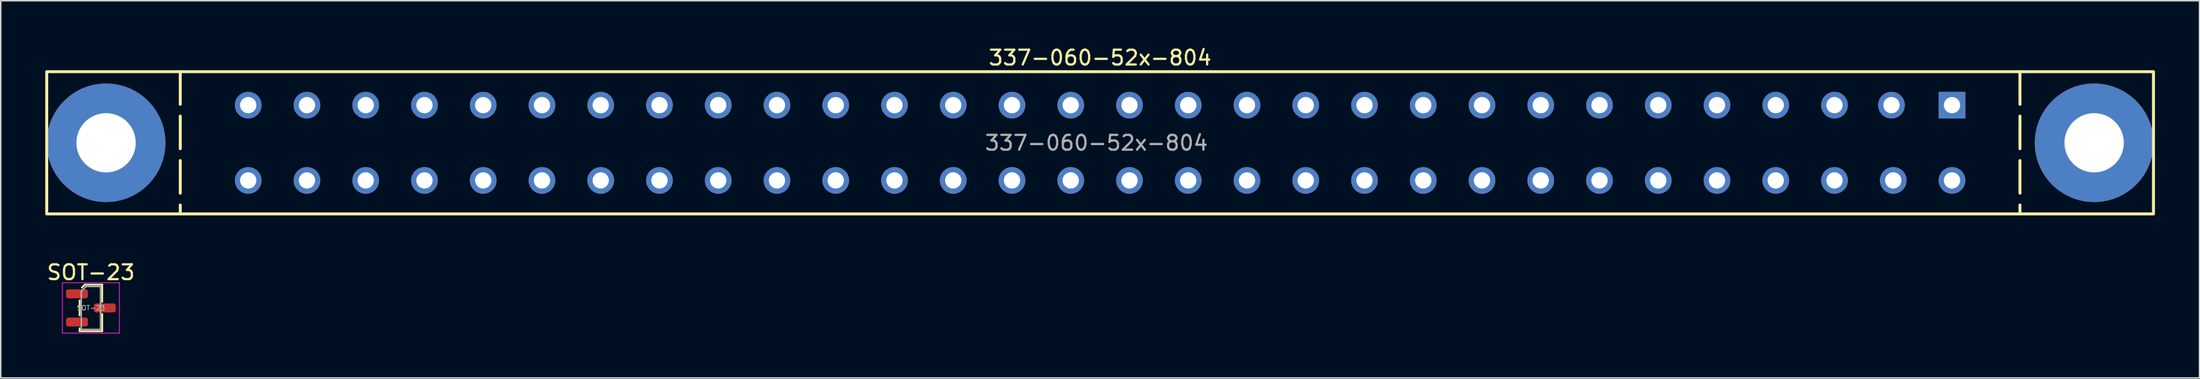
<source format=kicad_pcb>
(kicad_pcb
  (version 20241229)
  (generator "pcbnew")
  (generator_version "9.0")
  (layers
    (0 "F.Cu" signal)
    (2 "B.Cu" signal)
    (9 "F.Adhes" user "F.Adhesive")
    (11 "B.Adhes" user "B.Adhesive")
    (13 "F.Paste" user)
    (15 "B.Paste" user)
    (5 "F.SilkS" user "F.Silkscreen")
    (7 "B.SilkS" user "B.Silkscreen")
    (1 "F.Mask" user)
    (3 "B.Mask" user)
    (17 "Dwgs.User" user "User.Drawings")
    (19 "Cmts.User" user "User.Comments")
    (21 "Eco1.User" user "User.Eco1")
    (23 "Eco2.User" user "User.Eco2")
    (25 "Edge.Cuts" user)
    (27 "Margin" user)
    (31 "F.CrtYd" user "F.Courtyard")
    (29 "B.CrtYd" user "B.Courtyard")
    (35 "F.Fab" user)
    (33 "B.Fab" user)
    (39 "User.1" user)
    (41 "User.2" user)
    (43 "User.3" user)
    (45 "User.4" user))
  (footprint "337-060-52x-804"
    (layer "F.Cu")
    (at 71.1 6.588)
    (property "Reference" "337-060-52x-804" (at 0 -5.74 0) (unlocked yes) (layer "F.SilkS") (effects (font (size 1 1) (thickness 0.15))))
    (attr through_hole)
    (fp_line (start -62 -4.8) (end -62 4.8) (stroke (width 0.2) (type dash)) (layer "F.SilkS"))
    (fp_line (start 62 -4.8) (end 62 4.8) (stroke (width 0.2) (type dash)) (layer "F.SilkS"))
    (fp_rect (start -71 -4.8) (end 71 4.8) (stroke (width 0.2) (type solid)) (fill no) (layer "F.SilkS"))
    (fp_text user "${REFERENCE}" (at -0.25 0.01 0) (unlocked yes) (layer "F.Fab") (effects (font (size 1 1) (thickness 0.15))))
    (pad "1" thru_hole rect (at 57.42 -2.54) (size 1.8 1.8) (drill 1.1) (layers "*.Cu" "*.Mask"))
    (pad "2" thru_hole circle (at 53.34 -2.54) (size 1.8 1.8) (drill 1.1) (layers "*.Cu" "*.Mask") (remove_unused_layers yes) (keep_end_layers yes) (zone_layer_connections))
    (pad "3" thru_hole circle (at 49.5 -2.54) (size 1.8 1.8) (drill 1.1) (layers "*.Cu" "*.Mask") (remove_unused_layers yes) (keep_end_layers yes) (zone_layer_connections))
    (pad "4" thru_hole circle (at 45.54 -2.54) (size 1.8 1.8) (drill 1.1) (layers "*.Cu" "*.Mask") (remove_unused_layers yes) (keep_end_layers yes) (zone_layer_connections))
    (pad "5" thru_hole circle (at 41.58 -2.54) (size 1.8 1.8) (drill 1.1) (layers "*.Cu" "*.Mask") (remove_unused_layers yes) (keep_end_layers yes) (zone_layer_connections))
    (pad "6" thru_hole circle (at 37.62 -2.54) (size 1.8 1.8) (drill 1.1) (layers "*.Cu" "*.Mask") (remove_unused_layers yes) (keep_end_layers yes) (zone_layer_connections))
    (pad "7" thru_hole circle (at 33.66 -2.54) (size 1.8 1.8) (drill 1.1) (layers "*.Cu" "*.Mask") (remove_unused_layers yes) (keep_end_layers yes) (zone_layer_connections))
    (pad "8" thru_hole circle (at 29.7 -2.54) (size 1.8 1.8) (drill 1.1) (layers "*.Cu" "*.Mask") (remove_unused_layers yes) (keep_end_layers yes) (zone_layer_connections))
    (pad "9" thru_hole circle (at 25.74 -2.54) (size 1.8 1.8) (drill 1.1) (layers "*.Cu" "*.Mask") (remove_unused_layers yes) (keep_end_layers yes) (zone_layer_connections))
    (pad "10" thru_hole circle (at 21.78 -2.54) (size 1.8 1.8) (drill 1.1) (layers "*.Cu" "*.Mask") (remove_unused_layers yes) (keep_end_layers yes) (zone_layer_connections))
    (pad "11" thru_hole circle (at 17.82 -2.54) (size 1.8 1.8) (drill 1.1) (layers "*.Cu" "*.Mask") (remove_unused_layers yes) (keep_end_layers yes) (zone_layer_connections))
    (pad "12" thru_hole circle (at 13.86 -2.54) (size 1.8 1.8) (drill 1.1) (layers "*.Cu" "*.Mask") (remove_unused_layers yes) (keep_end_layers yes) (zone_layer_connections))
    (pad "13" thru_hole circle (at 9.9 -2.54) (size 1.8 1.8) (drill 1.1) (layers "*.Cu" "*.Mask") (remove_unused_layers yes) (keep_end_layers yes) (zone_layer_connections))
    (pad "14" thru_hole circle (at 5.94 -2.54) (size 1.8 1.8) (drill 1.1) (layers "*.Cu" "*.Mask") (remove_unused_layers yes) (keep_end_layers yes) (zone_layer_connections))
    (pad "15" thru_hole circle (at 1.98 -2.54) (size 1.8 1.8) (drill 1.1) (layers "*.Cu" "*.Mask") (remove_unused_layers yes) (keep_end_layers yes) (zone_layer_connections))
    (pad "16" thru_hole circle (at -1.98 -2.54) (size 1.8 1.8) (drill 1.1) (layers "*.Cu" "*.Mask") (remove_unused_layers yes) (keep_end_layers yes) (zone_layer_connections))
    (pad "17" thru_hole circle (at -5.94 -2.54) (size 1.8 1.8) (drill 1.1) (layers "*.Cu" "*.Mask") (remove_unused_layers yes) (keep_end_layers yes) (zone_layer_connections))
    (pad "18" thru_hole circle (at -9.9 -2.54) (size 1.8 1.8) (drill 1.1) (layers "*.Cu" "*.Mask") (remove_unused_layers yes) (keep_end_layers yes) (zone_layer_connections))
    (pad "19" thru_hole circle (at -13.86 -2.54) (size 1.8 1.8) (drill 1.1) (layers "*.Cu" "*.Mask") (remove_unused_layers yes) (keep_end_layers yes) (zone_layer_connections))
    (pad "20" thru_hole circle (at -17.82 -2.54) (size 1.8 1.8) (drill 1.1) (layers "*.Cu" "*.Mask") (remove_unused_layers yes) (keep_end_layers yes) (zone_layer_connections))
    (pad "21" thru_hole circle (at -21.78 -2.54) (size 1.8 1.8) (drill 1.1) (layers "*.Cu" "*.Mask") (remove_unused_layers yes) (keep_end_layers yes) (zone_layer_connections))
    (pad "22" thru_hole circle (at -25.74 -2.54) (size 1.8 1.8) (drill 1.1) (layers "*.Cu" "*.Mask") (remove_unused_layers yes) (keep_end_layers yes) (zone_layer_connections))
    (pad "23" thru_hole circle (at -29.7 -2.54) (size 1.8 1.8) (drill 1.1) (layers "*.Cu" "*.Mask") (remove_unused_layers yes) (keep_end_layers yes) (zone_layer_connections))
    (pad "24" thru_hole circle (at -33.66 -2.54) (size 1.8 1.8) (drill 1.1) (layers "*.Cu" "*.Mask") (remove_unused_layers yes) (keep_end_layers yes) (zone_layer_connections))
    (pad "25" thru_hole circle (at -37.62 -2.54) (size 1.8 1.8) (drill 1.1) (layers "*.Cu" "*.Mask") (remove_unused_layers yes) (keep_end_layers yes) (zone_layer_connections))
    (pad "26" thru_hole circle (at -41.58 -2.54) (size 1.8 1.8) (drill 1.1) (layers "*.Cu" "*.Mask") (remove_unused_layers yes) (keep_end_layers yes) (zone_layer_connections))
    (pad "27" thru_hole circle (at -45.54 -2.54) (size 1.8 1.8) (drill 1.1) (layers "*.Cu" "*.Mask") (remove_unused_layers yes) (keep_end_layers yes) (zone_layer_connections))
    (pad "28" thru_hole circle (at -49.5 -2.54) (size 1.8 1.8) (drill 1.1) (layers "*.Cu" "*.Mask") (remove_unused_layers yes) (keep_end_layers yes) (zone_layer_connections))
    (pad "29" thru_hole circle (at -53.46 -2.54) (size 1.8 1.8) (drill 1.1) (layers "*.Cu" "*.Mask") (remove_unused_layers yes) (keep_end_layers yes) (zone_layer_connections))
    (pad "30" thru_hole circle (at -57.42 -2.54) (size 1.8 1.8) (drill 1.1) (layers "*.Cu" "*.Mask") (remove_unused_layers yes) (keep_end_layers yes) (zone_layer_connections))
    (pad "A" thru_hole circle (at 57.42 2.54) (size 1.8 1.8) (drill 1.1) (layers "*.Cu" "*.Mask") (remove_unused_layers yes) (keep_end_layers yes) (zone_layer_connections))
    (pad "AA" thru_hole circle (at -29.7 2.54) (size 1.8 1.8) (drill 1.1) (layers "*.Cu" "*.Mask") (remove_unused_layers yes) (keep_end_layers yes) (zone_layer_connections))
    (pad "B" thru_hole circle (at 53.46 2.54) (size 1.8 1.8) (drill 1.1) (layers "*.Cu" "*.Mask") (remove_unused_layers yes) (keep_end_layers yes) (zone_layer_connections))
    (pad "BB" thru_hole circle (at -33.66 2.54) (size 1.8 1.8) (drill 1.1) (layers "*.Cu" "*.Mask") (remove_unused_layers yes) (keep_end_layers yes) (zone_layer_connections))
    (pad "C" thru_hole circle (at 49.5 2.54) (size 1.8 1.8) (drill 1.1) (layers "*.Cu" "*.Mask") (remove_unused_layers yes) (keep_end_layers yes) (zone_layer_connections))
    (pad "CC" thru_hole circle (at -37.62 2.54) (size 1.8 1.8) (drill 1.1) (layers "*.Cu" "*.Mask") (remove_unused_layers yes) (keep_end_layers yes) (zone_layer_connections))
    (pad "D" thru_hole circle (at 45.54 2.54) (size 1.8 1.8) (drill 1.1) (layers "*.Cu" "*.Mask") (remove_unused_layers yes) (keep_end_layers yes) (zone_layer_connections))
    (pad "DD" thru_hole circle (at -41.58 2.54) (size 1.8 1.8) (drill 1.1) (layers "*.Cu" "*.Mask") (remove_unused_layers yes) (keep_end_layers yes) (zone_layer_connections))
    (pad "E" thru_hole circle (at 41.58 2.54) (size 1.8 1.8) (drill 1.1) (layers "*.Cu" "*.Mask") (remove_unused_layers yes) (keep_end_layers yes) (zone_layer_connections))
    (pad "EE" thru_hole circle (at -45.54 2.54) (size 1.8 1.8) (drill 1.1) (layers "*.Cu" "*.Mask") (remove_unused_layers yes) (keep_end_layers yes) (zone_layer_connections))
    (pad "F" thru_hole circle (at 37.62 2.54) (size 1.8 1.8) (drill 1.1) (layers "*.Cu" "*.Mask") (remove_unused_layers yes) (keep_end_layers yes) (zone_layer_connections))
    (pad "FF" thru_hole circle (at -49.5 2.54) (size 1.8 1.8) (drill 1.1) (layers "*.Cu" "*.Mask") (remove_unused_layers yes) (keep_end_layers yes) (zone_layer_connections))
    (pad "H" thru_hole circle (at 33.66 2.54) (size 1.8 1.8) (drill 1.1) (layers "*.Cu" "*.Mask") (remove_unused_layers yes) (keep_end_layers yes) (zone_layer_connections))
    (pad "HH" thru_hole circle (at -53.46 2.54) (size 1.8 1.8) (drill 1.1) (layers "*.Cu" "*.Mask") (remove_unused_layers yes) (keep_end_layers yes) (zone_layer_connections))
    (pad "J" thru_hole circle (at 29.7 2.54) (size 1.8 1.8) (drill 1.1) (layers "*.Cu" "*.Mask") (remove_unused_layers yes) (keep_end_layers yes) (zone_layer_connections))
    (pad "JJ" thru_hole circle (at -57.42 2.54) (size 1.8 1.8) (drill 1.1) (layers "*.Cu" "*.Mask") (remove_unused_layers yes) (keep_end_layers yes) (zone_layer_connections))
    (pad "K" thru_hole circle (at 25.74 2.54) (size 1.8 1.8) (drill 1.1) (layers "*.Cu" "*.Mask") (remove_unused_layers yes) (keep_end_layers yes) (zone_layer_connections))
    (pad "L" thru_hole circle (at 21.78 2.54) (size 1.8 1.8) (drill 1.1) (layers "*.Cu" "*.Mask") (remove_unused_layers yes) (keep_end_layers yes) (zone_layer_connections))
    (pad "M" thru_hole circle (at 17.82 2.54) (size 1.8 1.8) (drill 1.1) (layers "*.Cu" "*.Mask") (remove_unused_layers yes) (keep_end_layers yes) (zone_layer_connections))
    (pad "ML" thru_hole circle (at -67 0) (size 8 8) (drill 4) (layers "*.Cu" "*.Mask") (remove_unused_layers yes) (keep_end_layers yes) (zone_layer_connections))
    (pad "MR" thru_hole circle (at 67 0) (size 8 8) (drill 4) (layers "*.Cu" "*.Mask") (remove_unused_layers yes) (keep_end_layers yes) (zone_layer_connections))
    (pad "N" thru_hole circle (at 13.86 2.54) (size 1.8 1.8) (drill 1.1) (layers "*.Cu" "*.Mask") (remove_unused_layers yes) (keep_end_layers yes) (zone_layer_connections))
    (pad "P" thru_hole circle (at 9.9 2.54) (size 1.8 1.8) (drill 1.1) (layers "*.Cu" "*.Mask") (remove_unused_layers yes) (keep_end_layers yes) (zone_layer_connections))
    (pad "R" thru_hole circle (at 5.94 2.54) (size 1.8 1.8) (drill 1.1) (layers "*.Cu" "*.Mask") (remove_unused_layers yes) (keep_end_layers yes) (zone_layer_connections))
    (pad "S" thru_hole circle (at 1.98 2.54) (size 1.8 1.8) (drill 1.1) (layers "*.Cu" "*.Mask") (remove_unused_layers yes) (keep_end_layers yes) (zone_layer_connections))
    (pad "T" thru_hole circle (at -1.98 2.54) (size 1.8 1.8) (drill 1.1) (layers "*.Cu" "*.Mask") (remove_unused_layers yes) (keep_end_layers yes) (zone_layer_connections))
    (pad "U" thru_hole circle (at -5.94 2.54) (size 1.8 1.8) (drill 1.1) (layers "*.Cu" "*.Mask") (remove_unused_layers yes) (keep_end_layers yes) (zone_layer_connections))
    (pad "V" thru_hole circle (at -9.9 2.54) (size 1.8 1.8) (drill 1.1) (layers "*.Cu" "*.Mask") (remove_unused_layers yes) (keep_end_layers yes) (zone_layer_connections))
    (pad "W" thru_hole circle (at -13.86 2.54) (size 1.8 1.8) (drill 1.1) (layers "*.Cu" "*.Mask") (remove_unused_layers yes) (keep_end_layers yes) (zone_layer_connections))
    (pad "X" thru_hole circle (at -17.82 2.54) (size 1.8 1.8) (drill 1.1) (layers "*.Cu" "*.Mask") (remove_unused_layers yes) (keep_end_layers yes) (zone_layer_connections))
    (pad "Y" thru_hole circle (at -21.78 2.54) (size 1.8 1.8) (drill 1.1) (layers "*.Cu" "*.Mask") (remove_unused_layers yes) (keep_end_layers yes) (zone_layer_connections))
    (pad "Z" thru_hole circle (at -25.74 2.54) (size 1.8 1.8) (drill 1.1) (layers "*.Cu" "*.Mask") (remove_unused_layers yes) (keep_end_layers yes) (zone_layer_connections)))
  (footprint "SOT-23"
    (layer "F.Cu")
    (at 3.077 17.736)
    (property "Reference" "SOT-23" (at 0 -2.4 0) (layer "F.SilkS") (effects (font (size 1 1) (thickness 0.15))))
    (attr smd)
    (fp_line (start -0.762 0.508) (end -0.762 -0.508) (stroke (width 0.12) (type default)) (layer "F.SilkS"))
    (fp_line (start -0.762 1.575) (end -0.762 1.372) (stroke (width 0.12) (type default)) (layer "F.SilkS"))
    (fp_line (start -0.61 -1.372) (end -0.406 -1.575) (stroke (width 0.12) (type default)) (layer "F.SilkS"))
    (fp_line (start -0.406 -1.575) (end 0.762 -1.575) (stroke (width 0.12) (type default)) (layer "F.SilkS"))
    (fp_line (start 0.762 -0.406) (end 0.762 -1.575) (stroke (width 0.12) (type default)) (layer "F.SilkS"))
    (fp_line (start 0.762 0.406) (end 0.762 1.575) (stroke (width 0.12) (type default)) (layer "F.SilkS"))
    (fp_line (start 0.762 1.575) (end -0.762 1.575) (stroke (width 0.12) (type default)) (layer "F.SilkS"))
    (fp_line (start -1.92 -1.7) (end -1.92 1.7) (stroke (width 0.05) (type solid)) (layer "F.CrtYd"))
    (fp_line (start -1.92 1.7) (end 1.92 1.7) (stroke (width 0.05) (type solid)) (layer "F.CrtYd"))
    (fp_line (start 1.92 -1.7) (end -1.92 -1.7) (stroke (width 0.05) (type solid)) (layer "F.CrtYd"))
    (fp_line (start 1.92 1.7) (end 1.92 -1.7) (stroke (width 0.05) (type solid)) (layer "F.CrtYd"))
    (fp_line (start -0.65 -1.125) (end -0.325 -1.45) (stroke (width 0.1) (type solid)) (layer "F.Fab"))
    (fp_line (start -0.65 1.45) (end -0.65 -1.125) (stroke (width 0.1) (type solid)) (layer "F.Fab"))
    (fp_line (start -0.325 -1.45) (end 0.65 -1.45) (stroke (width 0.1) (type solid)) (layer "F.Fab"))
    (fp_line (start 0.65 -1.45) (end 0.65 1.45) (stroke (width 0.1) (type solid)) (layer "F.Fab"))
    (fp_line (start 0.65 1.45) (end -0.65 1.45) (stroke (width 0.1) (type solid)) (layer "F.Fab"))
    (fp_text user "${REFERENCE}" (at 0 0 0) (layer "F.Fab") (effects (font (size 0.32 0.32) (thickness 0.05))))
    (pad "1" smd roundrect (at -0.938 -0.95) (size 1.475 0.6) (layers "F.Cu" "F.Mask" "F.Paste") (roundrect_rratio 0.25))
    (pad "2" smd roundrect (at -0.938 0.95) (size 1.475 0.6) (layers "F.Cu" "F.Mask" "F.Paste") (roundrect_rratio 0.25))
    (pad "3" smd roundrect (at 0.938 0) (size 1.475 0.6) (layers "F.Cu" "F.Mask" "F.Paste") (roundrect_rratio 0.25)))
  (gr_rect
    (start -3 -3)
    (end 145.2 22.462)
    (stroke (width 0.1) (type default))
    (fill no)
    (layer "Edge.Cuts")))
</source>
